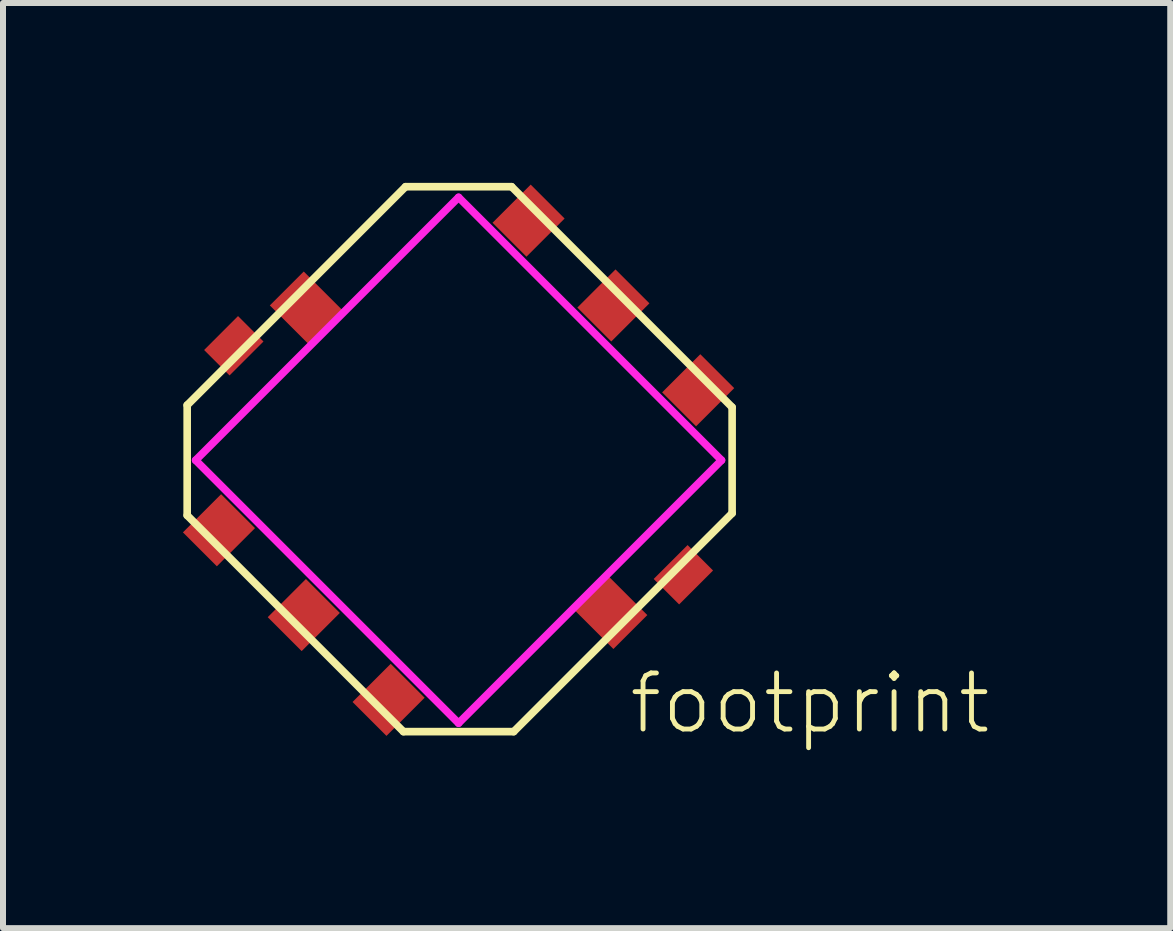
<source format=kicad_pcb>
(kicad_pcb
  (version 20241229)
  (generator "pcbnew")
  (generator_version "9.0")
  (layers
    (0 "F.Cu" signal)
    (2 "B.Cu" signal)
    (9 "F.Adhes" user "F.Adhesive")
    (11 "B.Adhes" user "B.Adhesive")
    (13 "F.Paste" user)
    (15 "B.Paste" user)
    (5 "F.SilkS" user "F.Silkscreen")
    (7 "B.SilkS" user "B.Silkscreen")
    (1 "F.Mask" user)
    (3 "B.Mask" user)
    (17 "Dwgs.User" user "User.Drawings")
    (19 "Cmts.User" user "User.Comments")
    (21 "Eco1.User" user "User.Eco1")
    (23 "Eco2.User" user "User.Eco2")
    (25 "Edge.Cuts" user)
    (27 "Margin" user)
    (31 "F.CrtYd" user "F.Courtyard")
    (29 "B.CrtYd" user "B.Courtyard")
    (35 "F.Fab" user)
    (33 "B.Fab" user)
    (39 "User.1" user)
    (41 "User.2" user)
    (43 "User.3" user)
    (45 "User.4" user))
  (footprint "footprint"
    (layer "F.Cu")
    (at 4.596 4.624)
    (property "Reference" "footprint" (at 2.8 4.6 0) (layer "F.SilkS") (effects (font (size 0.935 0.935) (thickness 0.081)) (justify left bottom)))
    (fp_line (start -4.525 -0.919) (end -0.884 -4.561) (stroke (width 0.127) (type solid)) (layer "F.SilkS"))
    (fp_line (start -4.525 0.919) (end -4.525 -0.919) (stroke (width 0.127) (type solid)) (layer "F.SilkS"))
    (fp_line (start -0.919 4.525) (end -4.525 0.919) (stroke (width 0.127) (type solid)) (layer "F.SilkS"))
    (fp_line (start -0.884 -4.561) (end 0.884 -4.561) (stroke (width 0.127) (type solid)) (layer "F.SilkS"))
    (fp_line (start 0.884 -4.561) (end 4.561 -0.884) (stroke (width 0.127) (type solid)) (layer "F.SilkS"))
    (fp_line (start 0.919 4.525) (end -0.919 4.525) (stroke (width 0.127) (type solid)) (layer "F.SilkS"))
    (fp_line (start 4.561 -0.884) (end 4.561 0.884) (stroke (width 0.127) (type solid)) (layer "F.SilkS"))
    (fp_line (start 4.561 0.884) (end 0.919 4.525) (stroke (width 0.127) (type solid)) (layer "F.SilkS"))
    (fp_line (start -4.384 0) (end 0 -4.384) (stroke (width 0.127) (type solid)) (layer "F.CrtYd"))
    (fp_line (start 0 -4.384) (end 4.384 0) (stroke (width 0.127) (type solid)) (layer "F.CrtYd"))
    (fp_line (start 0 4.384) (end -4.384 0) (stroke (width 0.127) (type solid)) (layer "F.CrtYd"))
    (fp_line (start 4.384 0) (end 0 4.384) (stroke (width 0.127) (type solid)) (layer "F.CrtYd"))
    (pad "A" smd rect (at -3.995 1.167 135) (size 0.8 0.9) (layers "F.Cu" "F.Mask" "F.Paste"))
    (pad "B" smd rect (at -1.167 3.995 135) (size 0.8 0.9) (layers "F.Cu" "F.Mask" "F.Paste"))
    (pad "C" smd rect (at 1.167 -3.995 135) (size 0.8 0.9) (layers "F.Cu" "F.Mask" "F.Paste"))
    (pad "COM1" smd rect (at -2.546 -2.546 45) (size 0.8 0.9) (layers "F.Cu" "F.Mask" "F.Paste"))
    (pad "COM2" smd rect (at 2.546 2.546 45) (size 0.8 0.9) (layers "F.Cu" "F.Mask" "F.Paste"))
    (pad "COM3" smd rect (at 2.581 -2.581 135) (size 0.8 0.9) (layers "F.Cu" "F.Mask" "F.Paste"))
    (pad "D" smd rect (at 3.995 -1.167 135) (size 0.8 0.9) (layers "F.Cu" "F.Mask" "F.Paste"))
    (pad "E" smd rect (at -2.581 2.581 135) (size 0.8 0.9) (layers "F.Cu" "F.Mask" "F.Paste"))
    (pad "MT1" smd rect (at -3.748 -1.909 45) (size 0.8 0.6) (layers "F.Cu" "F.Mask" "F.Paste"))
    (pad "MT2" smd rect (at 3.748 1.909 45) (size 0.8 0.6) (layers "F.Cu" "F.Mask" "F.Paste")))
  (gr_rect
    (start -3 -3)
    (end 16.462 12.425)
    (stroke (width 0.1) (type default))
    (fill no)
    (layer "Edge.Cuts")))
</source>
